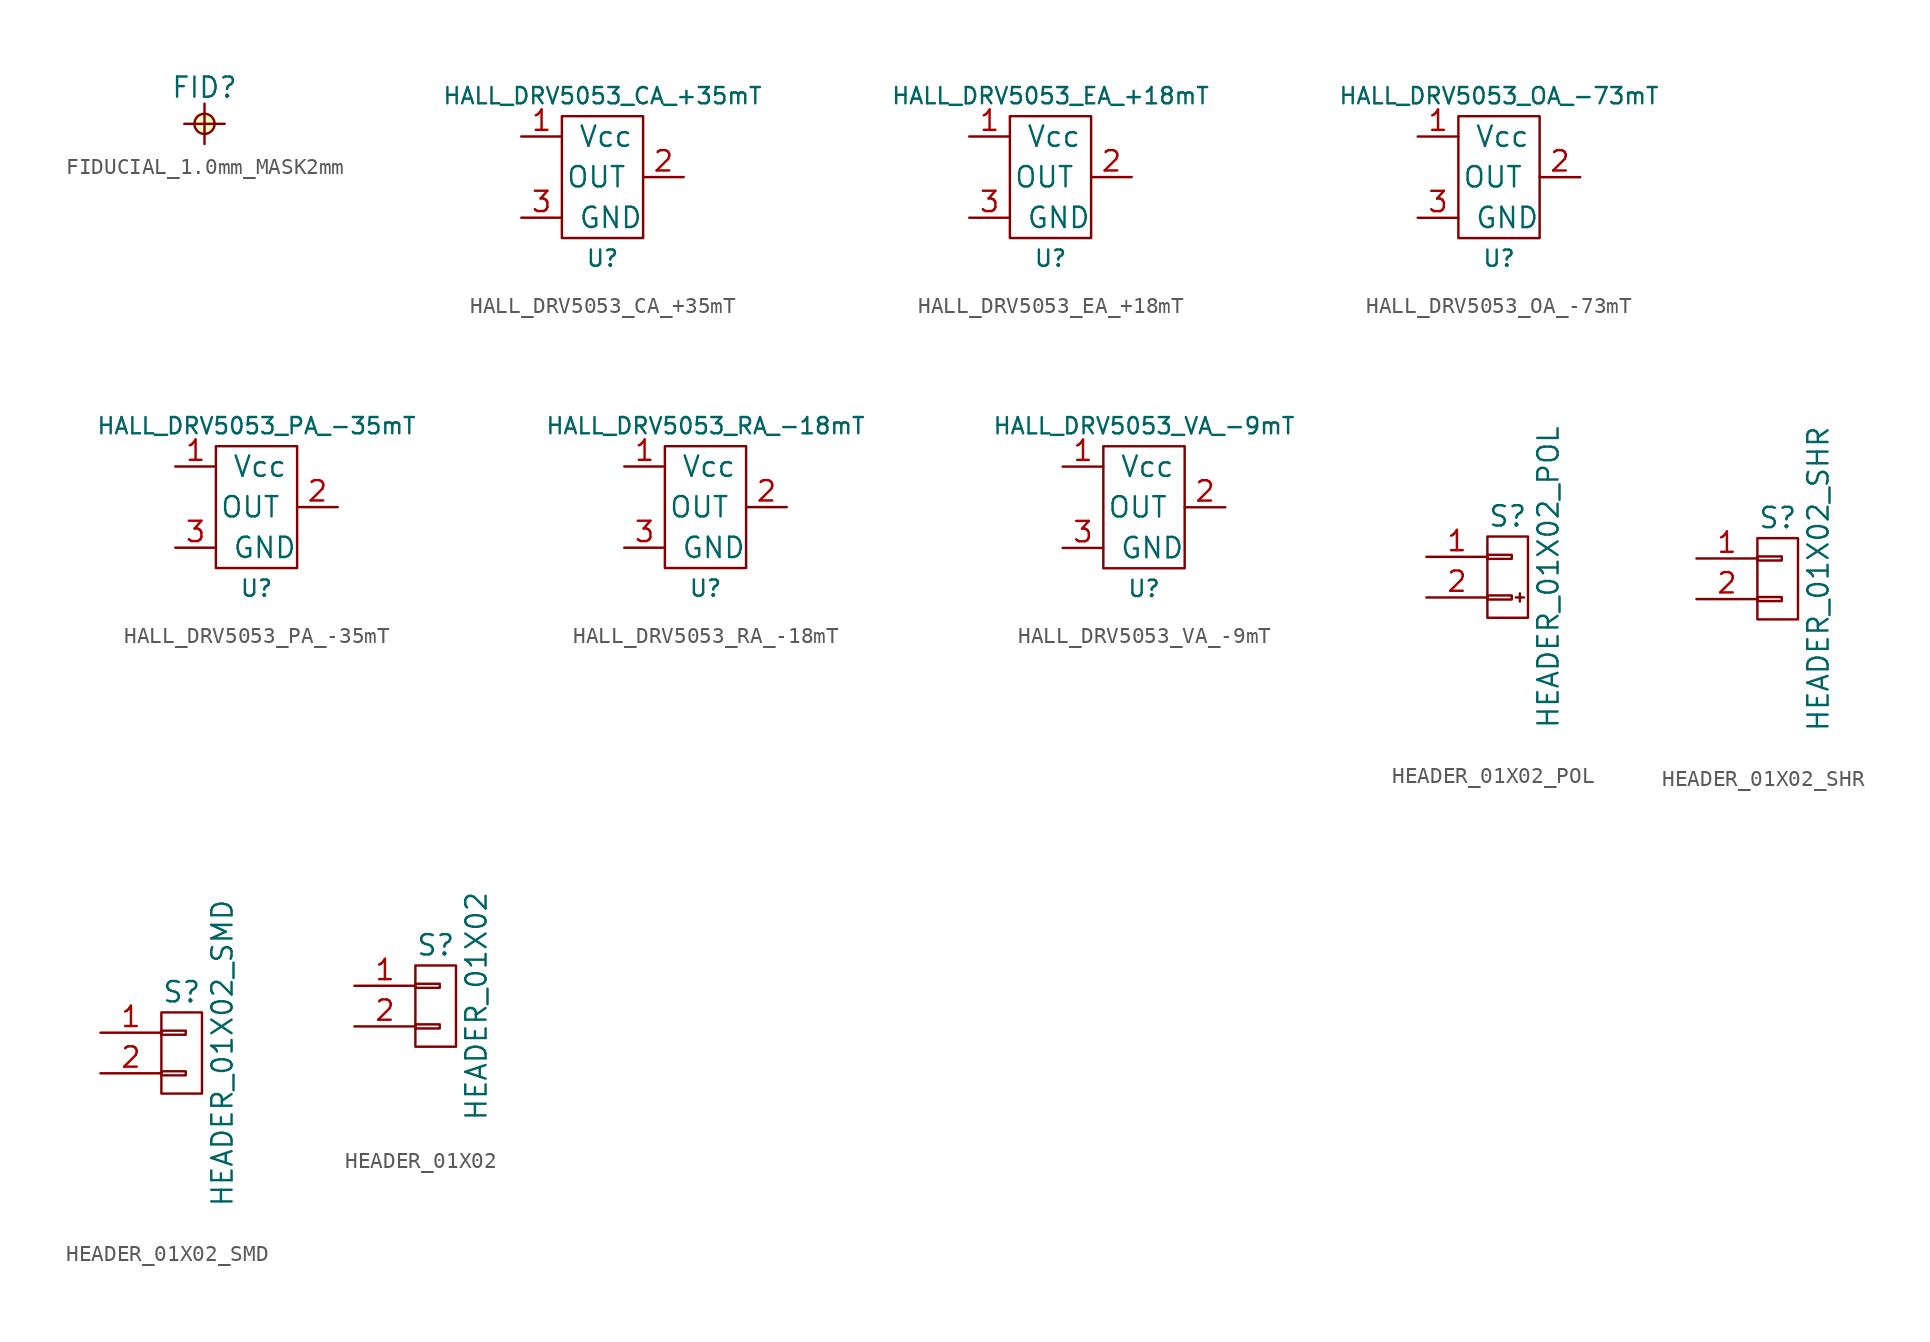
<source format=kicad_sym>
(kicad_symbol_lib
  (version 20211014)
  (generator kicad_symbol_editor)
  (symbol "FIDUCIAL_1.0mm_MASK2mm"
    (pin_numbers hide)
    (pin_names
      (offset 0.762) hide)
    (property "Reference" "FID"
      (at 0 2.286 0)
      (effects (font (size 1.27 1.27))))
    (symbol "FIDUCIAL_1.0mm_MASK2mm_0_1"
      (polyline (pts (xy -1.27 0) (xy 1.27 0) (xy 1.27 0)) (stroke (width 0) (type default) (color 0 0 0 0)) (fill (type none)))
      (polyline (pts (xy 0 1.27) (xy 0 -1.27) (xy 0 -1.27)) (stroke (width 0) (type default) (color 0 0 0 0)) (fill (type none)))
      (circle (center 0 0) (radius 0.635) (stroke (width 0) (type default) (color 0 0 0 0)) (fill (type background)))))
  (symbol "HALL_DRV5053_CA_+35mT"
    (pin_names
      (offset 1.016))
    (property "Reference" "U"
      (at 0 -5.08 0)
      (effects (font (size 1.016 1.016))))
    (property "Value" "HALL_DRV5053_CA_+35mT"
      (at 0 5.08 0)
      (effects (font (size 1.016 1.016))))
    (property "Datasheet" ""
      (at 0 0 0)
      (effects (font (size 1.524 1.524))))
    (symbol "HALL_DRV5053_CA_+35mT_0_1"
      (rectangle (start -2.54 3.81) (end 2.54 -3.81) (stroke (width 0) (type default) (color 0 0 0 0)) (fill (type none))))
    (symbol "HALL_DRV5053_CA_+35mT_1_1"
      (pin power_in line (at -5.08 2.54 0) (length 2.54) (name "Vcc" (effects (font (size 1.27 1.27)))) (number "1" (effects (font (size 1.27 1.27)))))
      (pin output line (at 5.08 0 180) (length 2.54) (name "OUT" (effects (font (size 1.27 1.27)))) (number "2" (effects (font (size 1.27 1.27)))))
      (pin power_in line (at -5.08 -2.54 0) (length 2.54) (name "GND" (effects (font (size 1.27 1.27)))) (number "3" (effects (font (size 1.27 1.27)))))))
  (symbol "HALL_DRV5053_EA_+18mT"
    (pin_names
      (offset 1.016))
    (property "Reference" "U"
      (at 0 -5.08 0)
      (effects (font (size 1.016 1.016))))
    (property "Value" "HALL_DRV5053_EA_+18mT"
      (at 0 5.08 0)
      (effects (font (size 1.016 1.016))))
    (property "Datasheet" ""
      (at 0 0 0)
      (effects (font (size 1.524 1.524))))
    (symbol "HALL_DRV5053_EA_+18mT_0_1"
      (rectangle (start -2.54 3.81) (end 2.54 -3.81) (stroke (width 0) (type default) (color 0 0 0 0)) (fill (type none))))
    (symbol "HALL_DRV5053_EA_+18mT_1_1"
      (pin power_in line (at -5.08 2.54 0) (length 2.54) (name "Vcc" (effects (font (size 1.27 1.27)))) (number "1" (effects (font (size 1.27 1.27)))))
      (pin output line (at 5.08 0 180) (length 2.54) (name "OUT" (effects (font (size 1.27 1.27)))) (number "2" (effects (font (size 1.27 1.27)))))
      (pin power_in line (at -5.08 -2.54 0) (length 2.54) (name "GND" (effects (font (size 1.27 1.27)))) (number "3" (effects (font (size 1.27 1.27)))))))
  (symbol "HALL_DRV5053_OA_-73mT"
    (pin_names
      (offset 1.016))
    (property "Reference" "U"
      (at 0 -5.08 0)
      (effects (font (size 1.016 1.016))))
    (property "Value" "HALL_DRV5053_OA_-73mT"
      (at 0 5.08 0)
      (effects (font (size 1.016 1.016))))
    (property "Datasheet" ""
      (at 0 0 0)
      (effects (font (size 1.524 1.524))))
    (symbol "HALL_DRV5053_OA_-73mT_0_1"
      (rectangle (start -2.54 3.81) (end 2.54 -3.81) (stroke (width 0) (type default) (color 0 0 0 0)) (fill (type none))))
    (symbol "HALL_DRV5053_OA_-73mT_1_1"
      (pin power_in line (at -5.08 2.54 0) (length 2.54) (name "Vcc" (effects (font (size 1.27 1.27)))) (number "1" (effects (font (size 1.27 1.27)))))
      (pin output line (at 5.08 0 180) (length 2.54) (name "OUT" (effects (font (size 1.27 1.27)))) (number "2" (effects (font (size 1.27 1.27)))))
      (pin power_in line (at -5.08 -2.54 0) (length 2.54) (name "GND" (effects (font (size 1.27 1.27)))) (number "3" (effects (font (size 1.27 1.27)))))))
  (symbol "HALL_DRV5053_PA_-35mT"
    (pin_names
      (offset 1.016))
    (property "Reference" "U"
      (at 0 -5.08 0)
      (effects (font (size 1.016 1.016))))
    (property "Value" "HALL_DRV5053_PA_-35mT"
      (at 0 5.08 0)
      (effects (font (size 1.016 1.016))))
    (property "Datasheet" ""
      (at 0 0 0)
      (effects (font (size 1.524 1.524))))
    (symbol "HALL_DRV5053_PA_-35mT_0_1"
      (rectangle (start -2.54 3.81) (end 2.54 -3.81) (stroke (width 0) (type default) (color 0 0 0 0)) (fill (type none))))
    (symbol "HALL_DRV5053_PA_-35mT_1_1"
      (pin power_in line (at -5.08 2.54 0) (length 2.54) (name "Vcc" (effects (font (size 1.27 1.27)))) (number "1" (effects (font (size 1.27 1.27)))))
      (pin output line (at 5.08 0 180) (length 2.54) (name "OUT" (effects (font (size 1.27 1.27)))) (number "2" (effects (font (size 1.27 1.27)))))
      (pin power_in line (at -5.08 -2.54 0) (length 2.54) (name "GND" (effects (font (size 1.27 1.27)))) (number "3" (effects (font (size 1.27 1.27)))))))
  (symbol "HALL_DRV5053_RA_-18mT"
    (pin_names
      (offset 1.016))
    (property "Reference" "U"
      (at 0 -5.08 0)
      (effects (font (size 1.016 1.016))))
    (property "Value" "HALL_DRV5053_RA_-18mT"
      (at 0 5.08 0)
      (effects (font (size 1.016 1.016))))
    (property "Datasheet" ""
      (at 0 0 0)
      (effects (font (size 1.524 1.524))))
    (symbol "HALL_DRV5053_RA_-18mT_0_1"
      (rectangle (start -2.54 3.81) (end 2.54 -3.81) (stroke (width 0) (type default) (color 0 0 0 0)) (fill (type none))))
    (symbol "HALL_DRV5053_RA_-18mT_1_1"
      (pin power_in line (at -5.08 2.54 0) (length 2.54) (name "Vcc" (effects (font (size 1.27 1.27)))) (number "1" (effects (font (size 1.27 1.27)))))
      (pin output line (at 5.08 0 180) (length 2.54) (name "OUT" (effects (font (size 1.27 1.27)))) (number "2" (effects (font (size 1.27 1.27)))))
      (pin power_in line (at -5.08 -2.54 0) (length 2.54) (name "GND" (effects (font (size 1.27 1.27)))) (number "3" (effects (font (size 1.27 1.27)))))))
  (symbol "HALL_DRV5053_VA_-9mT"
    (pin_names
      (offset 1.016))
    (property "Reference" "U"
      (at 0 -5.08 0)
      (effects (font (size 1.016 1.016))))
    (property "Value" "HALL_DRV5053_VA_-9mT"
      (at 0 5.08 0)
      (effects (font (size 1.016 1.016))))
    (property "Datasheet" ""
      (at 0 0 0)
      (effects (font (size 1.524 1.524))))
    (symbol "HALL_DRV5053_VA_-9mT_0_1"
      (rectangle (start -2.54 3.81) (end 2.54 -3.81) (stroke (width 0) (type default) (color 0 0 0 0)) (fill (type none))))
    (symbol "HALL_DRV5053_VA_-9mT_1_1"
      (pin power_in line (at -5.08 2.54 0) (length 2.54) (name "Vcc" (effects (font (size 1.27 1.27)))) (number "1" (effects (font (size 1.27 1.27)))))
      (pin output line (at 5.08 0 180) (length 2.54) (name "OUT" (effects (font (size 1.27 1.27)))) (number "2" (effects (font (size 1.27 1.27)))))
      (pin power_in line (at -5.08 -2.54 0) (length 2.54) (name "GND" (effects (font (size 1.27 1.27)))) (number "3" (effects (font (size 1.27 1.27)))))))
  (symbol "HEADER_01X02_POL"
    (pin_names
      (offset 1.016) hide)
    (property "Reference" "S"
      (at 0 3.81 0)
      (effects (font (size 1.27 1.27))))
    (property "Value" "HEADER_01X02_POL"
      (at 2.54 0 90)
      (effects (font (size 1.27 1.27))))
    (property "Datasheet" ""
      (at 0 0 0)
      (effects (font (size 1.524 1.524))))
    (symbol "HEADER_01X02_POL_0_1"
      (rectangle (start -1.27 -1.143) (end 0.254 -1.397) (stroke (width 0) (type default) (color 0 0 0 0)) (fill (type none)))
      (rectangle (start -1.27 1.397) (end 0.254 1.143) (stroke (width 0) (type default) (color 0 0 0 0)) (fill (type none)))
      (rectangle (start -1.27 2.54) (end 1.27 -2.54) (stroke (width 0) (type default) (color 0 0 0 0)) (fill (type none)))
      (polyline (pts (xy 0.508 -1.27) (xy 1.016 -1.27)) (stroke (width 0) (type default) (color 0 0 0 0)) (fill (type none)))
      (polyline (pts (xy 0.762 -1.016) (xy 0.762 -1.524)) (stroke (width 0) (type default) (color 0 0 0 0)) (fill (type none))))
    (symbol "HEADER_01X02_POL_1_1"
      (pin passive line (at -5.08 1.27 0) (length 3.81) (name "P1" (effects (font (size 1.27 1.27)))) (number "1" (effects (font (size 1.27 1.27)))))
      (pin passive line (at -5.08 -1.27 0) (length 3.81) (name "P2" (effects (font (size 1.27 1.27)))) (number "2" (effects (font (size 1.27 1.27)))))))
  (symbol "HEADER_01X02_SHR"
    (pin_names
      (offset 1.016) hide)
    (property "Reference" "S"
      (at 0 3.81 0)
      (effects (font (size 1.27 1.27))))
    (property "Value" "HEADER_01X02_SHR"
      (at 2.54 0 90)
      (effects (font (size 1.27 1.27))))
    (property "Datasheet" ""
      (at 0 0 0)
      (effects (font (size 1.524 1.524))))
    (symbol "HEADER_01X02_SHR_0_1"
      (rectangle (start -1.27 -1.143) (end 0.254 -1.397) (stroke (width 0) (type default) (color 0 0 0 0)) (fill (type none)))
      (rectangle (start -1.27 1.397) (end 0.254 1.143) (stroke (width 0) (type default) (color 0 0 0 0)) (fill (type none)))
      (rectangle (start -1.27 2.54) (end 1.27 -2.54) (stroke (width 0) (type default) (color 0 0 0 0)) (fill (type none))))
    (symbol "HEADER_01X02_SHR_1_1"
      (pin passive line (at -5.08 1.27 0) (length 3.81) (name "P1" (effects (font (size 1.27 1.27)))) (number "1" (effects (font (size 1.27 1.27)))))
      (pin passive line (at -5.08 -1.27 0) (length 3.81) (name "P2" (effects (font (size 1.27 1.27)))) (number "2" (effects (font (size 1.27 1.27)))))))
  (symbol "HEADER_01X02_SMD"
    (pin_names
      (offset 1.016) hide)
    (property "Reference" "S"
      (at 0 3.81 0)
      (effects (font (size 1.27 1.27))))
    (property "Value" "HEADER_01X02_SMD"
      (at 2.54 0 90)
      (effects (font (size 1.27 1.27))))
    (property "Datasheet" ""
      (at 0 0 0)
      (effects (font (size 1.524 1.524))))
    (symbol "HEADER_01X02_SMD_0_1"
      (rectangle (start -1.27 -1.143) (end 0.254 -1.397) (stroke (width 0) (type default) (color 0 0 0 0)) (fill (type none)))
      (rectangle (start -1.27 1.397) (end 0.254 1.143) (stroke (width 0) (type default) (color 0 0 0 0)) (fill (type none)))
      (rectangle (start -1.27 2.54) (end 1.27 -2.54) (stroke (width 0) (type default) (color 0 0 0 0)) (fill (type none))))
    (symbol "HEADER_01X02_SMD_1_1"
      (pin passive line (at -5.08 1.27 0) (length 3.81) (name "P1" (effects (font (size 1.27 1.27)))) (number "1" (effects (font (size 1.27 1.27)))))
      (pin passive line (at -5.08 -1.27 0) (length 3.81) (name "P2" (effects (font (size 1.27 1.27)))) (number "2" (effects (font (size 1.27 1.27)))))))
  (symbol "HEADER_01X02"
    (pin_names
      (offset 1.016) hide)
    (property "Reference" "S"
      (at 0 3.81 0)
      (effects (font (size 1.27 1.27))))
    (property "Value" "HEADER_01X02"
      (at 2.54 0 90)
      (effects (font (size 1.27 1.27))))
    (property "Datasheet" ""
      (at 0 0 0)
      (effects (font (size 1.524 1.524))))
    (symbol "HEADER_01X02_0_1"
      (rectangle (start -1.27 -1.143) (end 0.254 -1.397) (stroke (width 0) (type default) (color 0 0 0 0)) (fill (type none)))
      (rectangle (start -1.27 1.397) (end 0.254 1.143) (stroke (width 0) (type default) (color 0 0 0 0)) (fill (type none)))
      (rectangle (start -1.27 2.54) (end 1.27 -2.54) (stroke (width 0) (type default) (color 0 0 0 0)) (fill (type none))))
    (symbol "HEADER_01X02_1_1"
      (pin passive line (at -5.08 1.27 0) (length 3.81) (name "P1" (effects (font (size 1.27 1.27)))) (number "1" (effects (font (size 1.27 1.27)))))
      (pin passive line (at -5.08 -1.27 0) (length 3.81) (name "P2" (effects (font (size 1.27 1.27)))) (number "2" (effects (font (size 1.27 1.27))))))))
</source>
